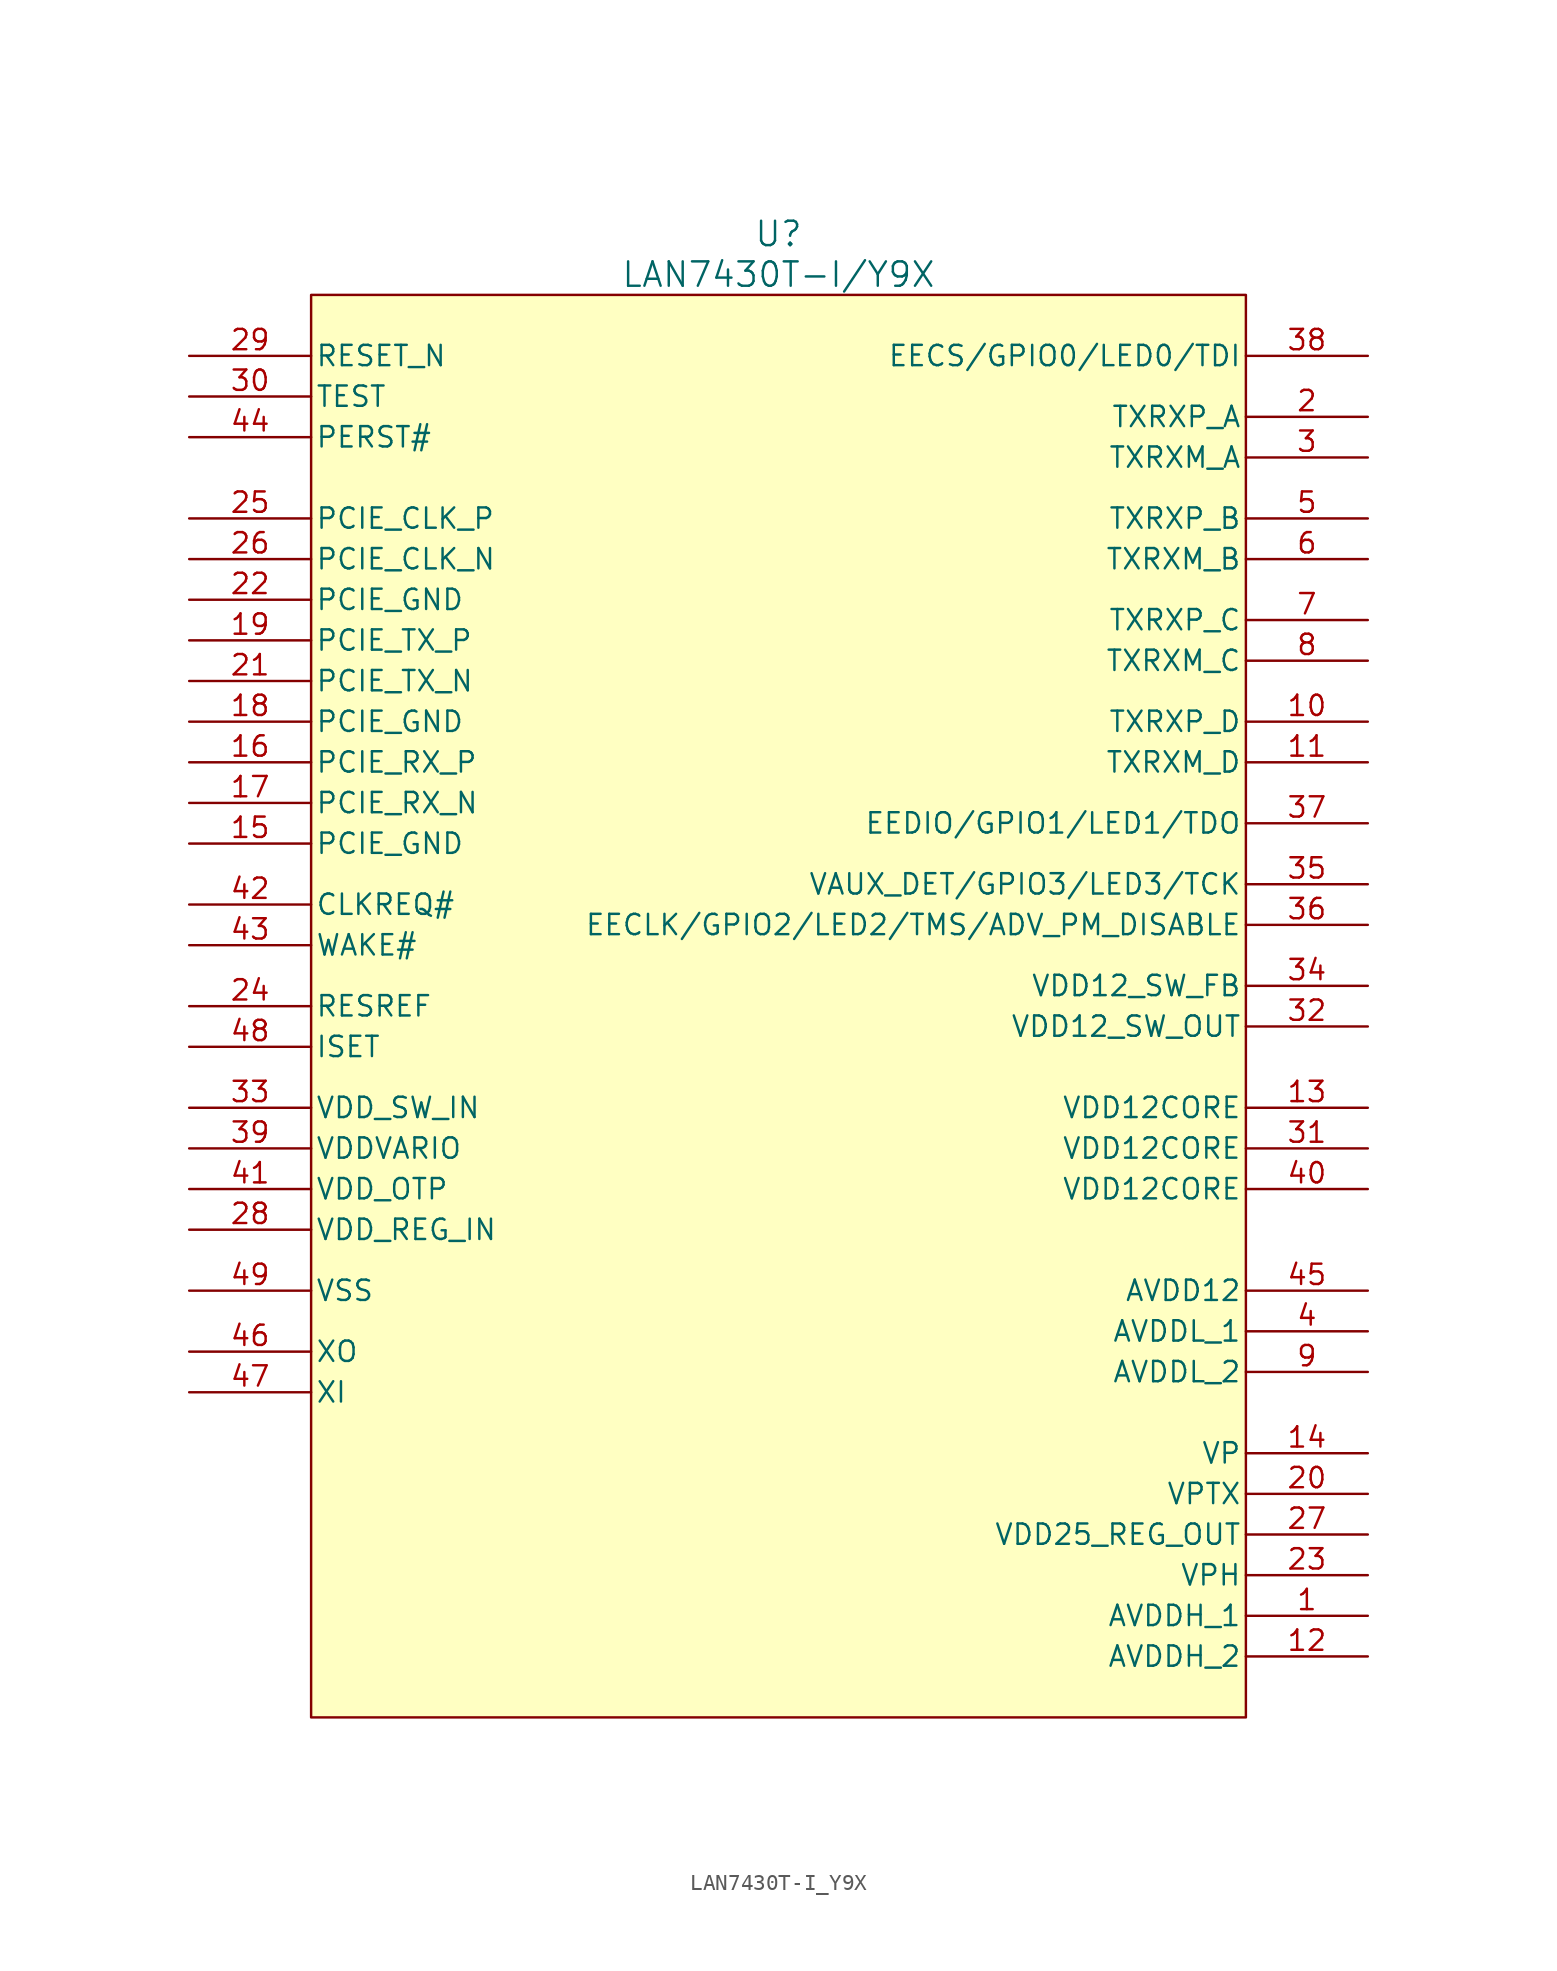
<source format=kicad_sym>
(kicad_symbol_lib
  (version 20241209)
  (generator "kicad_symbol_editor")
  (generator_version "9.0")
  (symbol "LAN7430T-I_Y9X"
    (pin_names
      (offset 0.254))
    (property "Reference" "U"
      (at 0 36.83 0)
      (effects (font (size 1.524 1.524))))
    (property "Value" "LAN7430T-I/Y9X"
      (at 0 34.29 0)
      (effects (font (size 1.524 1.524))))
    (symbol "LAN7430T-I_Y9X_0_1"
      (pin input line (at -36.83 29.21 0) (length 7.62) (name "RESET_N" (effects (font (size 1.27 1.27)))) (number "29" (effects (font (size 1.27 1.27)))))
      (pin input line (at -36.83 26.67 0) (length 7.62) (name "TEST" (effects (font (size 1.27 1.27)))) (number "30" (effects (font (size 1.27 1.27)))))
      (pin input line (at -36.83 24.13 0) (length 7.62) (name "PERST#" (effects (font (size 1.27 1.27)))) (number "44" (effects (font (size 1.27 1.27)))))
      (pin bidirectional line (at -36.83 -5.08 0) (length 7.62) (name "CLKREQ#" (effects (font (size 1.27 1.27)))) (number "42" (effects (font (size 1.27 1.27)))))
      (pin bidirectional line (at -36.83 -7.62 0) (length 7.62) (name "WAKE#" (effects (font (size 1.27 1.27)))) (number "43" (effects (font (size 1.27 1.27)))))
      (pin power_in line (at -36.83 -17.78 0) (length 7.62) (name "VDD_SW_IN" (effects (font (size 1.27 1.27)))) (number "33" (effects (font (size 1.27 1.27)))))
      (pin power_in line (at -36.83 -20.32 0) (length 7.62) (name "VDDVARIO" (effects (font (size 1.27 1.27)))) (number "39" (effects (font (size 1.27 1.27)))))
      (pin power_in line (at -36.83 -22.86 0) (length 7.62) (name "VDD_OTP" (effects (font (size 1.27 1.27)))) (number "41" (effects (font (size 1.27 1.27)))))
      (pin power_in line (at -36.83 -25.4 0) (length 7.62) (name "VDD_REG_IN" (effects (font (size 1.27 1.27)))) (number "28" (effects (font (size 1.27 1.27)))))
      (pin output line (at -36.83 -33.02 0) (length 7.62) (name "XO" (effects (font (size 1.27 1.27)))) (number "46" (effects (font (size 1.27 1.27)))))
      (pin input line (at -36.83 -35.56 0) (length 7.62) (name "XI" (effects (font (size 1.27 1.27)))) (number "47" (effects (font (size 1.27 1.27)))))
      (pin bidirectional line (at 36.83 29.21 180) (length 7.62) (name "EECS/GPIO0/LED0/TDI" (effects (font (size 1.27 1.27)))) (number "38" (effects (font (size 1.27 1.27)))))
      (pin bidirectional line (at 36.83 0 180) (length 7.62) (name "EEDIO/GPIO1/LED1/TDO" (effects (font (size 1.27 1.27)))) (number "37" (effects (font (size 1.27 1.27)))))
      (pin bidirectional line (at 36.83 -3.81 180) (length 7.62) (name "VAUX_DET/GPIO3/LED3/TCK" (effects (font (size 1.27 1.27)))) (number "35" (effects (font (size 1.27 1.27)))))
      (pin bidirectional line (at 36.83 -6.35 180) (length 7.62) (name "EECLK/GPIO2/LED2/TMS/ADV_PM_DISABLE" (effects (font (size 1.27 1.27)))) (number "36" (effects (font (size 1.27 1.27)))))
      (pin power_in line (at 36.83 -17.78 180) (length 7.62) (name "VDD12CORE" (effects (font (size 1.27 1.27)))) (number "13" (effects (font (size 1.27 1.27)))))
      (pin power_in line (at 36.83 -20.32 180) (length 7.62) (name "VDD12CORE" (effects (font (size 1.27 1.27)))) (number "31" (effects (font (size 1.27 1.27)))))
      (pin power_in line (at 36.83 -22.86 180) (length 7.62) (name "VDD12CORE" (effects (font (size 1.27 1.27)))) (number "40" (effects (font (size 1.27 1.27)))))
      (pin power_in line (at 36.83 -29.21 180) (length 7.62) (name "AVDD12" (effects (font (size 1.27 1.27)))) (number "45" (effects (font (size 1.27 1.27)))))
      (pin power_in line (at 36.83 -31.75 180) (length 7.62) (name "AVDDL_1" (effects (font (size 1.27 1.27)))) (number "4" (effects (font (size 1.27 1.27)))))
      (pin power_in line (at 36.83 -34.29 180) (length 7.62) (name "AVDDL_2" (effects (font (size 1.27 1.27)))) (number "9" (effects (font (size 1.27 1.27)))))
      (pin power_in line (at 36.83 -39.37 180) (length 7.62) (name "VP" (effects (font (size 1.27 1.27)))) (number "14" (effects (font (size 1.27 1.27)))))
      (pin power_in line (at 36.83 -41.91 180) (length 7.62) (name "VPTX" (effects (font (size 1.27 1.27)))) (number "20" (effects (font (size 1.27 1.27)))))
      (pin power_in line (at 36.83 -46.99 180) (length 7.62) (name "VPH" (effects (font (size 1.27 1.27)))) (number "23" (effects (font (size 1.27 1.27)))))
      (pin power_in line (at 36.83 -49.53 180) (length 7.62) (name "AVDDH_1" (effects (font (size 1.27 1.27)))) (number "1" (effects (font (size 1.27 1.27)))))
      (pin power_in line (at 36.83 -52.07 180) (length 7.62) (name "AVDDH_2" (effects (font (size 1.27 1.27)))) (number "12" (effects (font (size 1.27 1.27))))))
    (symbol "LAN7430T-I_Y9X_1_1"
      (rectangle (start -29.21 33.02) (end 29.21 -55.88) (stroke (width 0) (type solid)) (fill (type background)))
      (pin passive line (at -36.83 19.05 0) (length 7.62) (name "PCIE_CLK_P" (effects (font (size 1.27 1.27)))) (number "25" (effects (font (size 1.27 1.27)))))
      (pin passive line (at -36.83 16.51 0) (length 7.62) (name "PCIE_CLK_N" (effects (font (size 1.27 1.27)))) (number "26" (effects (font (size 1.27 1.27)))))
      (pin power_in line (at -36.83 13.97 0) (length 7.62) (name "PCIE_GND" (effects (font (size 1.27 1.27)))) (number "22" (effects (font (size 1.27 1.27)))))
      (pin passive line (at -36.83 11.43 0) (length 7.62) (name "PCIE_TX_P" (effects (font (size 1.27 1.27)))) (number "19" (effects (font (size 1.27 1.27)))))
      (pin passive line (at -36.83 8.89 0) (length 7.62) (name "PCIE_TX_N" (effects (font (size 1.27 1.27)))) (number "21" (effects (font (size 1.27 1.27)))))
      (pin power_in line (at -36.83 6.35 0) (length 7.62) (name "PCIE_GND" (effects (font (size 1.27 1.27)))) (number "18" (effects (font (size 1.27 1.27)))))
      (pin passive line (at -36.83 3.81 0) (length 7.62) (name "PCIE_RX_P" (effects (font (size 1.27 1.27)))) (number "16" (effects (font (size 1.27 1.27)))))
      (pin passive line (at -36.83 1.27 0) (length 7.62) (name "PCIE_RX_N" (effects (font (size 1.27 1.27)))) (number "17" (effects (font (size 1.27 1.27)))))
      (pin power_in line (at -36.83 -1.27 0) (length 7.62) (name "PCIE_GND" (effects (font (size 1.27 1.27)))) (number "15" (effects (font (size 1.27 1.27)))))
      (pin passive line (at -36.83 -11.43 0) (length 7.62) (name "RESREF" (effects (font (size 1.27 1.27)))) (number "24" (effects (font (size 1.27 1.27)))))
      (pin passive line (at -36.83 -13.97 0) (length 7.62) (name "ISET" (effects (font (size 1.27 1.27)))) (number "48" (effects (font (size 1.27 1.27)))))
      (pin power_in line (at -36.83 -29.21 0) (length 7.62) (name "VSS" (effects (font (size 1.27 1.27)))) (number "49" (effects (font (size 1.27 1.27)))))
      (pin passive line (at 36.83 25.4 180) (length 7.62) (name "TXRXP_A" (effects (font (size 1.27 1.27)))) (number "2" (effects (font (size 1.27 1.27)))))
      (pin passive line (at 36.83 22.86 180) (length 7.62) (name "TXRXM_A" (effects (font (size 1.27 1.27)))) (number "3" (effects (font (size 1.27 1.27)))))
      (pin passive line (at 36.83 19.05 180) (length 7.62) (name "TXRXP_B" (effects (font (size 1.27 1.27)))) (number "5" (effects (font (size 1.27 1.27)))))
      (pin passive line (at 36.83 16.51 180) (length 7.62) (name "TXRXM_B" (effects (font (size 1.27 1.27)))) (number "6" (effects (font (size 1.27 1.27)))))
      (pin passive line (at 36.83 12.7 180) (length 7.62) (name "TXRXP_C" (effects (font (size 1.27 1.27)))) (number "7" (effects (font (size 1.27 1.27)))))
      (pin passive line (at 36.83 10.16 180) (length 7.62) (name "TXRXM_C" (effects (font (size 1.27 1.27)))) (number "8" (effects (font (size 1.27 1.27)))))
      (pin passive line (at 36.83 6.35 180) (length 7.62) (name "TXRXP_D" (effects (font (size 1.27 1.27)))) (number "10" (effects (font (size 1.27 1.27)))))
      (pin passive line (at 36.83 3.81 180) (length 7.62) (name "TXRXM_D" (effects (font (size 1.27 1.27)))) (number "11" (effects (font (size 1.27 1.27)))))
      (pin power_out line (at 36.83 -10.16 180) (length 7.62) (name "VDD12_SW_FB" (effects (font (size 1.27 1.27)))) (number "34" (effects (font (size 1.27 1.27)))))
      (pin power_out line (at 36.83 -12.7 180) (length 7.62) (name "VDD12_SW_OUT" (effects (font (size 1.27 1.27)))) (number "32" (effects (font (size 1.27 1.27)))))
      (pin power_out line (at 36.83 -44.45 180) (length 7.62) (name "VDD25_REG_OUT" (effects (font (size 1.27 1.27)))) (number "27" (effects (font (size 1.27 1.27))))))))
</source>
